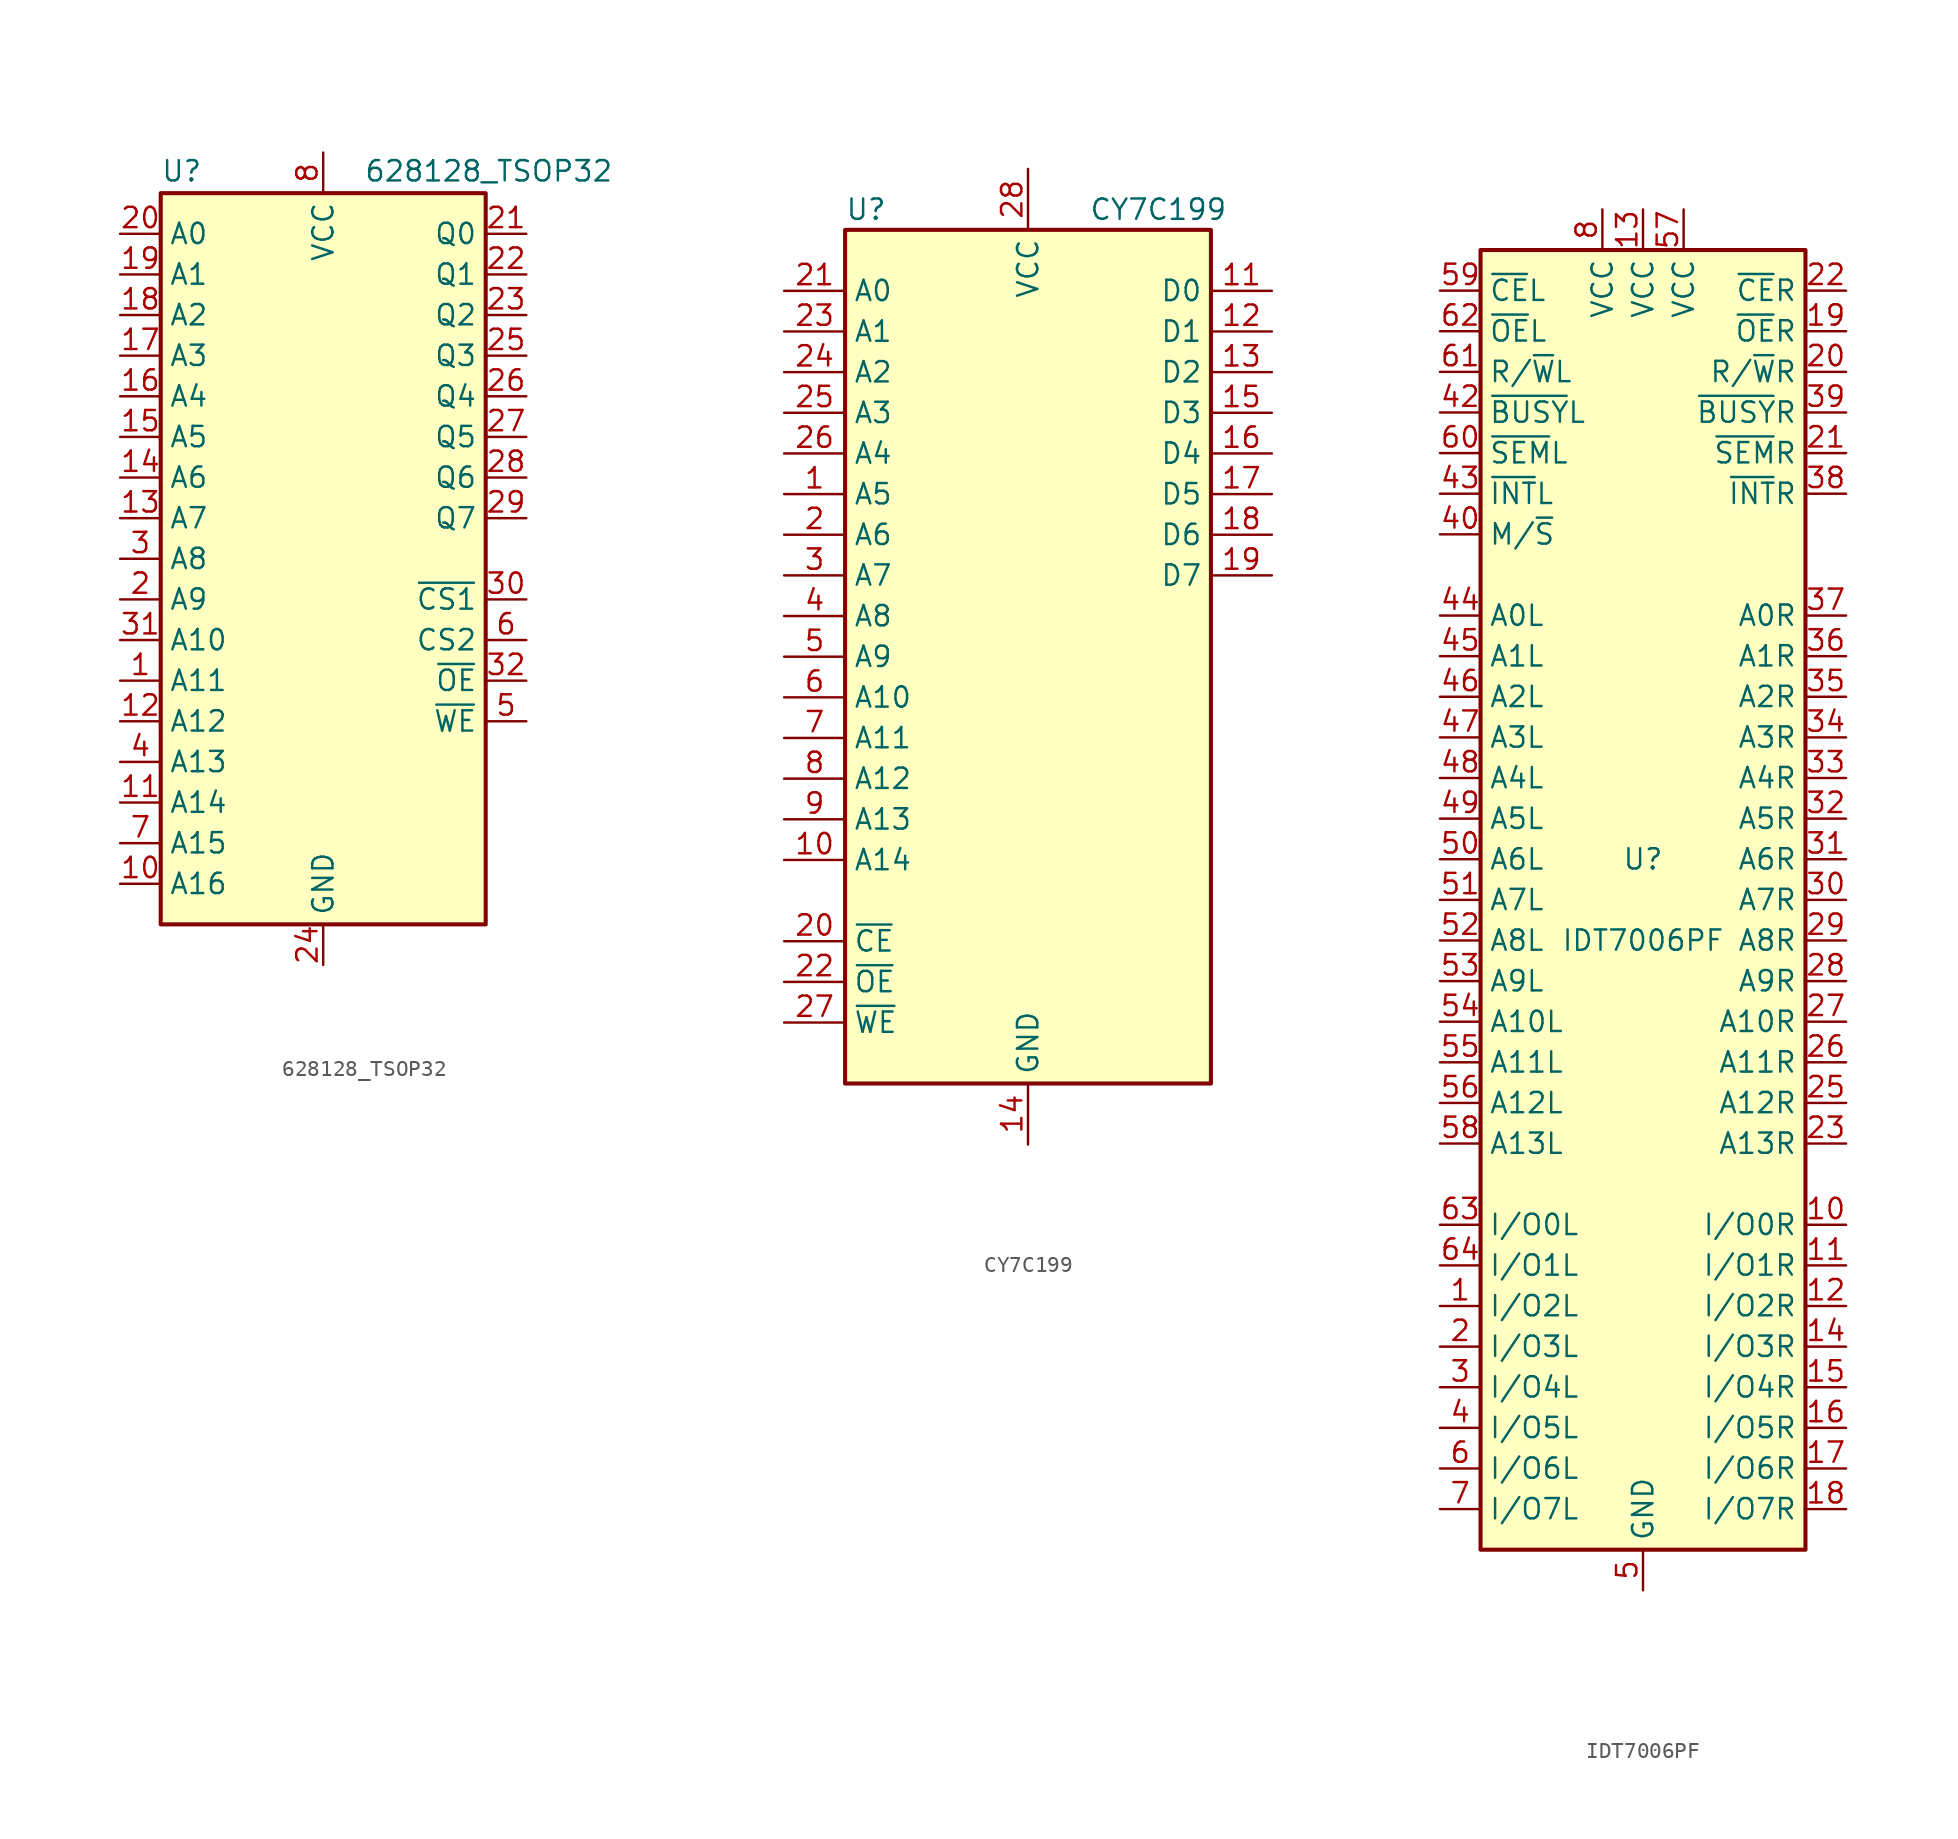
<source format=kicad_sym>
(kicad_symbol_lib
  (version 20201005)
  (generator kicad_symbol_editor)
  (symbol "628128_TSOP32"
    (property "Reference" "U"
      (at -10.16 23.495 0)
      (effects (font (size 1.27 1.27)) (justify left bottom)))
    (property "Value" "628128_TSOP32"
      (at 2.54 23.495 0)
      (effects (font (size 1.27 1.27)) (justify left bottom)))
    (symbol "628128_TSOP32_0_0"
      (pin power_in line (at 0 -25.4 90) (length 2.54) (name "GND" (effects (font (size 1.27 1.27)))) (number "24" (effects (font (size 1.27 1.27)))))
      (pin power_in line (at 0 25.4 270) (length 2.54) (name "VCC" (effects (font (size 1.27 1.27)))) (number "8" (effects (font (size 1.27 1.27))))))
    (symbol "628128_TSOP32_0_1"
      (rectangle (start -10.16 22.86) (end 10.16 -22.86) (stroke (width 0.254)) (fill (type background))))
    (symbol "628128_TSOP32_1_1"
      (pin input line (at -12.7 -7.62 0) (length 2.54) (name "A11" (effects (font (size 1.27 1.27)))) (number "1" (effects (font (size 1.27 1.27)))))
      (pin input line (at -12.7 -20.32 0) (length 2.54) (name "A16" (effects (font (size 1.27 1.27)))) (number "10" (effects (font (size 1.27 1.27)))))
      (pin input line (at -12.7 -15.24 0) (length 2.54) (name "A14" (effects (font (size 1.27 1.27)))) (number "11" (effects (font (size 1.27 1.27)))))
      (pin input line (at -12.7 -10.16 0) (length 2.54) (name "A12" (effects (font (size 1.27 1.27)))) (number "12" (effects (font (size 1.27 1.27)))))
      (pin input line (at -12.7 2.54 0) (length 2.54) (name "A7" (effects (font (size 1.27 1.27)))) (number "13" (effects (font (size 1.27 1.27)))))
      (pin input line (at -12.7 5.08 0) (length 2.54) (name "A6" (effects (font (size 1.27 1.27)))) (number "14" (effects (font (size 1.27 1.27)))))
      (pin input line (at -12.7 7.62 0) (length 2.54) (name "A5" (effects (font (size 1.27 1.27)))) (number "15" (effects (font (size 1.27 1.27)))))
      (pin input line (at -12.7 10.16 0) (length 2.54) (name "A4" (effects (font (size 1.27 1.27)))) (number "16" (effects (font (size 1.27 1.27)))))
      (pin input line (at -12.7 12.7 0) (length 2.54) (name "A3" (effects (font (size 1.27 1.27)))) (number "17" (effects (font (size 1.27 1.27)))))
      (pin input line (at -12.7 15.24 0) (length 2.54) (name "A2" (effects (font (size 1.27 1.27)))) (number "18" (effects (font (size 1.27 1.27)))))
      (pin input line (at -12.7 17.78 0) (length 2.54) (name "A1" (effects (font (size 1.27 1.27)))) (number "19" (effects (font (size 1.27 1.27)))))
      (pin input line (at -12.7 -2.54 0) (length 2.54) (name "A9" (effects (font (size 1.27 1.27)))) (number "2" (effects (font (size 1.27 1.27)))))
      (pin input line (at -12.7 20.32 0) (length 2.54) (name "A0" (effects (font (size 1.27 1.27)))) (number "20" (effects (font (size 1.27 1.27)))))
      (pin tri_state line (at 12.7 20.32 180) (length 2.54) (name "Q0" (effects (font (size 1.27 1.27)))) (number "21" (effects (font (size 1.27 1.27)))))
      (pin tri_state line (at 12.7 17.78 180) (length 2.54) (name "Q1" (effects (font (size 1.27 1.27)))) (number "22" (effects (font (size 1.27 1.27)))))
      (pin tri_state line (at 12.7 15.24 180) (length 2.54) (name "Q2" (effects (font (size 1.27 1.27)))) (number "23" (effects (font (size 1.27 1.27)))))
      (pin tri_state line (at 12.7 12.7 180) (length 2.54) (name "Q3" (effects (font (size 1.27 1.27)))) (number "25" (effects (font (size 1.27 1.27)))))
      (pin tri_state line (at 12.7 10.16 180) (length 2.54) (name "Q4" (effects (font (size 1.27 1.27)))) (number "26" (effects (font (size 1.27 1.27)))))
      (pin tri_state line (at 12.7 7.62 180) (length 2.54) (name "Q5" (effects (font (size 1.27 1.27)))) (number "27" (effects (font (size 1.27 1.27)))))
      (pin tri_state line (at 12.7 5.08 180) (length 2.54) (name "Q6" (effects (font (size 1.27 1.27)))) (number "28" (effects (font (size 1.27 1.27)))))
      (pin tri_state line (at 12.7 2.54 180) (length 2.54) (name "Q7" (effects (font (size 1.27 1.27)))) (number "29" (effects (font (size 1.27 1.27)))))
      (pin input line (at -12.7 0 0) (length 2.54) (name "A8" (effects (font (size 1.27 1.27)))) (number "3" (effects (font (size 1.27 1.27)))))
      (pin input line (at 12.7 -2.54 180) (length 2.54) (name "~CS1" (effects (font (size 1.27 1.27)))) (number "30" (effects (font (size 1.27 1.27)))))
      (pin input line (at -12.7 -5.08 0) (length 2.54) (name "A10" (effects (font (size 1.27 1.27)))) (number "31" (effects (font (size 1.27 1.27)))))
      (pin input line (at 12.7 -7.62 180) (length 2.54) (name "~OE" (effects (font (size 1.27 1.27)))) (number "32" (effects (font (size 1.27 1.27)))))
      (pin input line (at -12.7 -12.7 0) (length 2.54) (name "A13" (effects (font (size 1.27 1.27)))) (number "4" (effects (font (size 1.27 1.27)))))
      (pin input line (at 12.7 -10.16 180) (length 2.54) (name "~WE" (effects (font (size 1.27 1.27)))) (number "5" (effects (font (size 1.27 1.27)))))
      (pin input line (at 12.7 -5.08 180) (length 2.54) (name "CS2" (effects (font (size 1.27 1.27)))) (number "6" (effects (font (size 1.27 1.27)))))
      (pin input line (at -12.7 -17.78 0) (length 2.54) (name "A15" (effects (font (size 1.27 1.27)))) (number "7" (effects (font (size 1.27 1.27)))))
      (pin no_connect line (at 10.16 -20.32 180) (length 2.54) hide (name "NC" (effects (font (size 1.27 1.27)))) (number "9" (effects (font (size 1.27 1.27)))))))
  (symbol "CY7C199"
    (property "Reference" "U"
      (at -11.43 27.94 0)
      (effects (font (size 1.27 1.27)) (justify left)))
    (property "Value" "CY7C199"
      (at 3.81 27.94 0)
      (effects (font (size 1.27 1.27)) (justify left)))
    (symbol "CY7C199_0_0"
      (pin power_in line (at 0 -30.48 90) (length 3.81) (name "GND" (effects (font (size 1.27 1.27)))) (number "14" (effects (font (size 1.27 1.27)))))
      (pin power_in line (at 0 30.48 270) (length 3.81) (name "VCC" (effects (font (size 1.27 1.27)))) (number "28" (effects (font (size 1.27 1.27))))))
    (symbol "CY7C199_0_1"
      (rectangle (start -11.43 26.67) (end 11.43 -26.67) (stroke (width 0.254)) (fill (type background))))
    (symbol "CY7C199_1_1"
      (pin input line (at -15.24 10.16 0) (length 3.81) (name "A5" (effects (font (size 1.27 1.27)))) (number "1" (effects (font (size 1.27 1.27)))))
      (pin input line (at -15.24 -12.7 0) (length 3.81) (name "A14" (effects (font (size 1.27 1.27)))) (number "10" (effects (font (size 1.27 1.27)))))
      (pin tri_state line (at 15.24 22.86 180) (length 3.81) (name "D0" (effects (font (size 1.27 1.27)))) (number "11" (effects (font (size 1.27 1.27)))))
      (pin tri_state line (at 15.24 20.32 180) (length 3.81) (name "D1" (effects (font (size 1.27 1.27)))) (number "12" (effects (font (size 1.27 1.27)))))
      (pin tri_state line (at 15.24 17.78 180) (length 3.81) (name "D2" (effects (font (size 1.27 1.27)))) (number "13" (effects (font (size 1.27 1.27)))))
      (pin tri_state line (at 15.24 15.24 180) (length 3.81) (name "D3" (effects (font (size 1.27 1.27)))) (number "15" (effects (font (size 1.27 1.27)))))
      (pin tri_state line (at 15.24 12.7 180) (length 3.81) (name "D4" (effects (font (size 1.27 1.27)))) (number "16" (effects (font (size 1.27 1.27)))))
      (pin tri_state line (at 15.24 10.16 180) (length 3.81) (name "D5" (effects (font (size 1.27 1.27)))) (number "17" (effects (font (size 1.27 1.27)))))
      (pin tri_state line (at 15.24 7.62 180) (length 3.81) (name "D6" (effects (font (size 1.27 1.27)))) (number "18" (effects (font (size 1.27 1.27)))))
      (pin tri_state line (at 15.24 5.08 180) (length 3.81) (name "D7" (effects (font (size 1.27 1.27)))) (number "19" (effects (font (size 1.27 1.27)))))
      (pin input line (at -15.24 7.62 0) (length 3.81) (name "A6" (effects (font (size 1.27 1.27)))) (number "2" (effects (font (size 1.27 1.27)))))
      (pin input line (at -15.24 -17.78 0) (length 3.81) (name "~CE~" (effects (font (size 1.27 1.27)))) (number "20" (effects (font (size 1.27 1.27)))))
      (pin input line (at -15.24 22.86 0) (length 3.81) (name "A0" (effects (font (size 1.27 1.27)))) (number "21" (effects (font (size 1.27 1.27)))))
      (pin input line (at -15.24 -20.32 0) (length 3.81) (name "~OE~" (effects (font (size 1.27 1.27)))) (number "22" (effects (font (size 1.27 1.27)))))
      (pin input line (at -15.24 20.32 0) (length 3.81) (name "A1" (effects (font (size 1.27 1.27)))) (number "23" (effects (font (size 1.27 1.27)))))
      (pin input line (at -15.24 17.78 0) (length 3.81) (name "A2" (effects (font (size 1.27 1.27)))) (number "24" (effects (font (size 1.27 1.27)))))
      (pin input line (at -15.24 15.24 0) (length 3.81) (name "A3" (effects (font (size 1.27 1.27)))) (number "25" (effects (font (size 1.27 1.27)))))
      (pin input line (at -15.24 12.7 0) (length 3.81) (name "A4" (effects (font (size 1.27 1.27)))) (number "26" (effects (font (size 1.27 1.27)))))
      (pin input line (at -15.24 -22.86 0) (length 3.81) (name "~WE~" (effects (font (size 1.27 1.27)))) (number "27" (effects (font (size 1.27 1.27)))))
      (pin input line (at -15.24 5.08 0) (length 3.81) (name "A7" (effects (font (size 1.27 1.27)))) (number "3" (effects (font (size 1.27 1.27)))))
      (pin input line (at -15.24 2.54 0) (length 3.81) (name "A8" (effects (font (size 1.27 1.27)))) (number "4" (effects (font (size 1.27 1.27)))))
      (pin input line (at -15.24 0 0) (length 3.81) (name "A9" (effects (font (size 1.27 1.27)))) (number "5" (effects (font (size 1.27 1.27)))))
      (pin input line (at -15.24 -2.54 0) (length 3.81) (name "A10" (effects (font (size 1.27 1.27)))) (number "6" (effects (font (size 1.27 1.27)))))
      (pin input line (at -15.24 -5.08 0) (length 3.81) (name "A11" (effects (font (size 1.27 1.27)))) (number "7" (effects (font (size 1.27 1.27)))))
      (pin input line (at -15.24 -7.62 0) (length 3.81) (name "A12" (effects (font (size 1.27 1.27)))) (number "8" (effects (font (size 1.27 1.27)))))
      (pin input line (at -15.24 -10.16 0) (length 3.81) (name "A13" (effects (font (size 1.27 1.27)))) (number "9" (effects (font (size 1.27 1.27)))))))
  (symbol "IDT7006PF"
    (property "Reference" "U"
      (at 0 2.54 0)
      (effects (font (size 1.27 1.27))))
    (property "Value" "IDT7006PF"
      (at 0 -2.54 0)
      (effects (font (size 1.27 1.27))))
    (symbol "IDT7006PF_0_1"
      (rectangle (start -10.16 -40.64) (end 10.16 40.64) (stroke (width 0.254)) (fill (type background))))
    (symbol "IDT7006PF_1_1"
      (pin bidirectional line (at -12.7 -25.4 0) (length 2.54) (name "I/O2L" (effects (font (size 1.27 1.27)))) (number "1" (effects (font (size 1.27 1.27)))))
      (pin bidirectional line (at 12.7 -20.32 180) (length 2.54) (name "I/O0R" (effects (font (size 1.27 1.27)))) (number "10" (effects (font (size 1.27 1.27)))))
      (pin bidirectional line (at 12.7 -22.86 180) (length 2.54) (name "I/O1R" (effects (font (size 1.27 1.27)))) (number "11" (effects (font (size 1.27 1.27)))))
      (pin bidirectional line (at 12.7 -25.4 180) (length 2.54) (name "I/O2R" (effects (font (size 1.27 1.27)))) (number "12" (effects (font (size 1.27 1.27)))))
      (pin power_in line (at 0 43.18 270) (length 2.54) (name "VCC" (effects (font (size 1.27 1.27)))) (number "13" (effects (font (size 1.27 1.27)))))
      (pin bidirectional line (at 12.7 -27.94 180) (length 2.54) (name "I/O3R" (effects (font (size 1.27 1.27)))) (number "14" (effects (font (size 1.27 1.27)))))
      (pin bidirectional line (at 12.7 -30.48 180) (length 2.54) (name "I/O4R" (effects (font (size 1.27 1.27)))) (number "15" (effects (font (size 1.27 1.27)))))
      (pin bidirectional line (at 12.7 -33.02 180) (length 2.54) (name "I/O5R" (effects (font (size 1.27 1.27)))) (number "16" (effects (font (size 1.27 1.27)))))
      (pin bidirectional line (at 12.7 -35.56 180) (length 2.54) (name "I/O6R" (effects (font (size 1.27 1.27)))) (number "17" (effects (font (size 1.27 1.27)))))
      (pin bidirectional line (at 12.7 -38.1 180) (length 2.54) (name "I/O7R" (effects (font (size 1.27 1.27)))) (number "18" (effects (font (size 1.27 1.27)))))
      (pin input line (at 12.7 35.56 180) (length 2.54) (name "~OE~R" (effects (font (size 1.27 1.27)))) (number "19" (effects (font (size 1.27 1.27)))))
      (pin bidirectional line (at -12.7 -27.94 0) (length 2.54) (name "I/O3L" (effects (font (size 1.27 1.27)))) (number "2" (effects (font (size 1.27 1.27)))))
      (pin input line (at 12.7 33.02 180) (length 2.54) (name "R/~W~R" (effects (font (size 1.27 1.27)))) (number "20" (effects (font (size 1.27 1.27)))))
      (pin input line (at 12.7 27.94 180) (length 2.54) (name "~SEM~R" (effects (font (size 1.27 1.27)))) (number "21" (effects (font (size 1.27 1.27)))))
      (pin input line (at 12.7 38.1 180) (length 2.54) (name "~CE~R" (effects (font (size 1.27 1.27)))) (number "22" (effects (font (size 1.27 1.27)))))
      (pin input line (at 12.7 -15.24 180) (length 2.54) (name "A13R" (effects (font (size 1.27 1.27)))) (number "23" (effects (font (size 1.27 1.27)))))
      (pin passive line (at 0 -43.18 90) (length 2.54) hide (name "GND" (effects (font (size 1.27 1.27)))) (number "24" (effects (font (size 1.27 1.27)))))
      (pin input line (at 12.7 -12.7 180) (length 2.54) (name "A12R" (effects (font (size 1.27 1.27)))) (number "25" (effects (font (size 1.27 1.27)))))
      (pin input line (at 12.7 -10.16 180) (length 2.54) (name "A11R" (effects (font (size 1.27 1.27)))) (number "26" (effects (font (size 1.27 1.27)))))
      (pin input line (at 12.7 -7.62 180) (length 2.54) (name "A10R" (effects (font (size 1.27 1.27)))) (number "27" (effects (font (size 1.27 1.27)))))
      (pin input line (at 12.7 -5.08 180) (length 2.54) (name "A9R" (effects (font (size 1.27 1.27)))) (number "28" (effects (font (size 1.27 1.27)))))
      (pin input line (at 12.7 -2.54 180) (length 2.54) (name "A8R" (effects (font (size 1.27 1.27)))) (number "29" (effects (font (size 1.27 1.27)))))
      (pin bidirectional line (at -12.7 -30.48 0) (length 2.54) (name "I/O4L" (effects (font (size 1.27 1.27)))) (number "3" (effects (font (size 1.27 1.27)))))
      (pin input line (at 12.7 0 180) (length 2.54) (name "A7R" (effects (font (size 1.27 1.27)))) (number "30" (effects (font (size 1.27 1.27)))))
      (pin input line (at 12.7 2.54 180) (length 2.54) (name "A6R" (effects (font (size 1.27 1.27)))) (number "31" (effects (font (size 1.27 1.27)))))
      (pin input line (at 12.7 5.08 180) (length 2.54) (name "A5R" (effects (font (size 1.27 1.27)))) (number "32" (effects (font (size 1.27 1.27)))))
      (pin input line (at 12.7 7.62 180) (length 2.54) (name "A4R" (effects (font (size 1.27 1.27)))) (number "33" (effects (font (size 1.27 1.27)))))
      (pin input line (at 12.7 10.16 180) (length 2.54) (name "A3R" (effects (font (size 1.27 1.27)))) (number "34" (effects (font (size 1.27 1.27)))))
      (pin input line (at 12.7 12.7 180) (length 2.54) (name "A2R" (effects (font (size 1.27 1.27)))) (number "35" (effects (font (size 1.27 1.27)))))
      (pin input line (at 12.7 15.24 180) (length 2.54) (name "A1R" (effects (font (size 1.27 1.27)))) (number "36" (effects (font (size 1.27 1.27)))))
      (pin input line (at 12.7 17.78 180) (length 2.54) (name "A0R" (effects (font (size 1.27 1.27)))) (number "37" (effects (font (size 1.27 1.27)))))
      (pin output line (at 12.7 25.4 180) (length 2.54) (name "~INT~R" (effects (font (size 1.27 1.27)))) (number "38" (effects (font (size 1.27 1.27)))))
      (pin output line (at 12.7 30.48 180) (length 2.54) (name "~BUSY~R" (effects (font (size 1.27 1.27)))) (number "39" (effects (font (size 1.27 1.27)))))
      (pin bidirectional line (at -12.7 -33.02 0) (length 2.54) (name "I/O5L" (effects (font (size 1.27 1.27)))) (number "4" (effects (font (size 1.27 1.27)))))
      (pin input line (at -12.7 22.86 0) (length 2.54) (name "M/~S~" (effects (font (size 1.27 1.27)))) (number "40" (effects (font (size 1.27 1.27)))))
      (pin passive line (at 0 -43.18 90) (length 2.54) hide (name "GND" (effects (font (size 1.27 1.27)))) (number "41" (effects (font (size 1.27 1.27)))))
      (pin output line (at -12.7 30.48 0) (length 2.54) (name "~BUSY~L" (effects (font (size 1.27 1.27)))) (number "42" (effects (font (size 1.27 1.27)))))
      (pin output line (at -12.7 25.4 0) (length 2.54) (name "~INT~L" (effects (font (size 1.27 1.27)))) (number "43" (effects (font (size 1.27 1.27)))))
      (pin input line (at -12.7 17.78 0) (length 2.54) (name "A0L" (effects (font (size 1.27 1.27)))) (number "44" (effects (font (size 1.27 1.27)))))
      (pin input line (at -12.7 15.24 0) (length 2.54) (name "A1L" (effects (font (size 1.27 1.27)))) (number "45" (effects (font (size 1.27 1.27)))))
      (pin input line (at -12.7 12.7 0) (length 2.54) (name "A2L" (effects (font (size 1.27 1.27)))) (number "46" (effects (font (size 1.27 1.27)))))
      (pin input line (at -12.7 10.16 0) (length 2.54) (name "A3L" (effects (font (size 1.27 1.27)))) (number "47" (effects (font (size 1.27 1.27)))))
      (pin input line (at -12.7 7.62 0) (length 2.54) (name "A4L" (effects (font (size 1.27 1.27)))) (number "48" (effects (font (size 1.27 1.27)))))
      (pin input line (at -12.7 5.08 0) (length 2.54) (name "A5L" (effects (font (size 1.27 1.27)))) (number "49" (effects (font (size 1.27 1.27)))))
      (pin power_in line (at 0 -43.18 90) (length 2.54) (name "GND" (effects (font (size 1.27 1.27)))) (number "5" (effects (font (size 1.27 1.27)))))
      (pin input line (at -12.7 2.54 0) (length 2.54) (name "A6L" (effects (font (size 1.27 1.27)))) (number "50" (effects (font (size 1.27 1.27)))))
      (pin input line (at -12.7 0 0) (length 2.54) (name "A7L" (effects (font (size 1.27 1.27)))) (number "51" (effects (font (size 1.27 1.27)))))
      (pin input line (at -12.7 -2.54 0) (length 2.54) (name "A8L" (effects (font (size 1.27 1.27)))) (number "52" (effects (font (size 1.27 1.27)))))
      (pin input line (at -12.7 -5.08 0) (length 2.54) (name "A9L" (effects (font (size 1.27 1.27)))) (number "53" (effects (font (size 1.27 1.27)))))
      (pin input line (at -12.7 -7.62 0) (length 2.54) (name "A10L" (effects (font (size 1.27 1.27)))) (number "54" (effects (font (size 1.27 1.27)))))
      (pin input line (at -12.7 -10.16 0) (length 2.54) (name "A11L" (effects (font (size 1.27 1.27)))) (number "55" (effects (font (size 1.27 1.27)))))
      (pin input line (at -12.7 -12.7 0) (length 2.54) (name "A12L" (effects (font (size 1.27 1.27)))) (number "56" (effects (font (size 1.27 1.27)))))
      (pin power_in line (at 2.54 43.18 270) (length 2.54) (name "VCC" (effects (font (size 1.27 1.27)))) (number "57" (effects (font (size 1.27 1.27)))))
      (pin input line (at -12.7 -15.24 0) (length 2.54) (name "A13L" (effects (font (size 1.27 1.27)))) (number "58" (effects (font (size 1.27 1.27)))))
      (pin input line (at -12.7 38.1 0) (length 2.54) (name "~CE~L" (effects (font (size 1.27 1.27)))) (number "59" (effects (font (size 1.27 1.27)))))
      (pin bidirectional line (at -12.7 -35.56 0) (length 2.54) (name "I/O6L" (effects (font (size 1.27 1.27)))) (number "6" (effects (font (size 1.27 1.27)))))
      (pin input line (at -12.7 27.94 0) (length 2.54) (name "~SEM~L" (effects (font (size 1.27 1.27)))) (number "60" (effects (font (size 1.27 1.27)))))
      (pin input line (at -12.7 33.02 0) (length 2.54) (name "R/~W~L" (effects (font (size 1.27 1.27)))) (number "61" (effects (font (size 1.27 1.27)))))
      (pin input line (at -12.7 35.56 0) (length 2.54) (name "~OE~L" (effects (font (size 1.27 1.27)))) (number "62" (effects (font (size 1.27 1.27)))))
      (pin bidirectional line (at -12.7 -20.32 0) (length 2.54) (name "I/O0L" (effects (font (size 1.27 1.27)))) (number "63" (effects (font (size 1.27 1.27)))))
      (pin bidirectional line (at -12.7 -22.86 0) (length 2.54) (name "I/O1L" (effects (font (size 1.27 1.27)))) (number "64" (effects (font (size 1.27 1.27)))))
      (pin bidirectional line (at -12.7 -38.1 0) (length 2.54) (name "I/O7L" (effects (font (size 1.27 1.27)))) (number "7" (effects (font (size 1.27 1.27)))))
      (pin power_in line (at -2.54 43.18 270) (length 2.54) (name "VCC" (effects (font (size 1.27 1.27)))) (number "8" (effects (font (size 1.27 1.27)))))
      (pin passive line (at 0 -43.18 90) (length 2.54) hide (name "GND" (effects (font (size 1.27 1.27)))) (number "9" (effects (font (size 1.27 1.27))))))))
</source>
